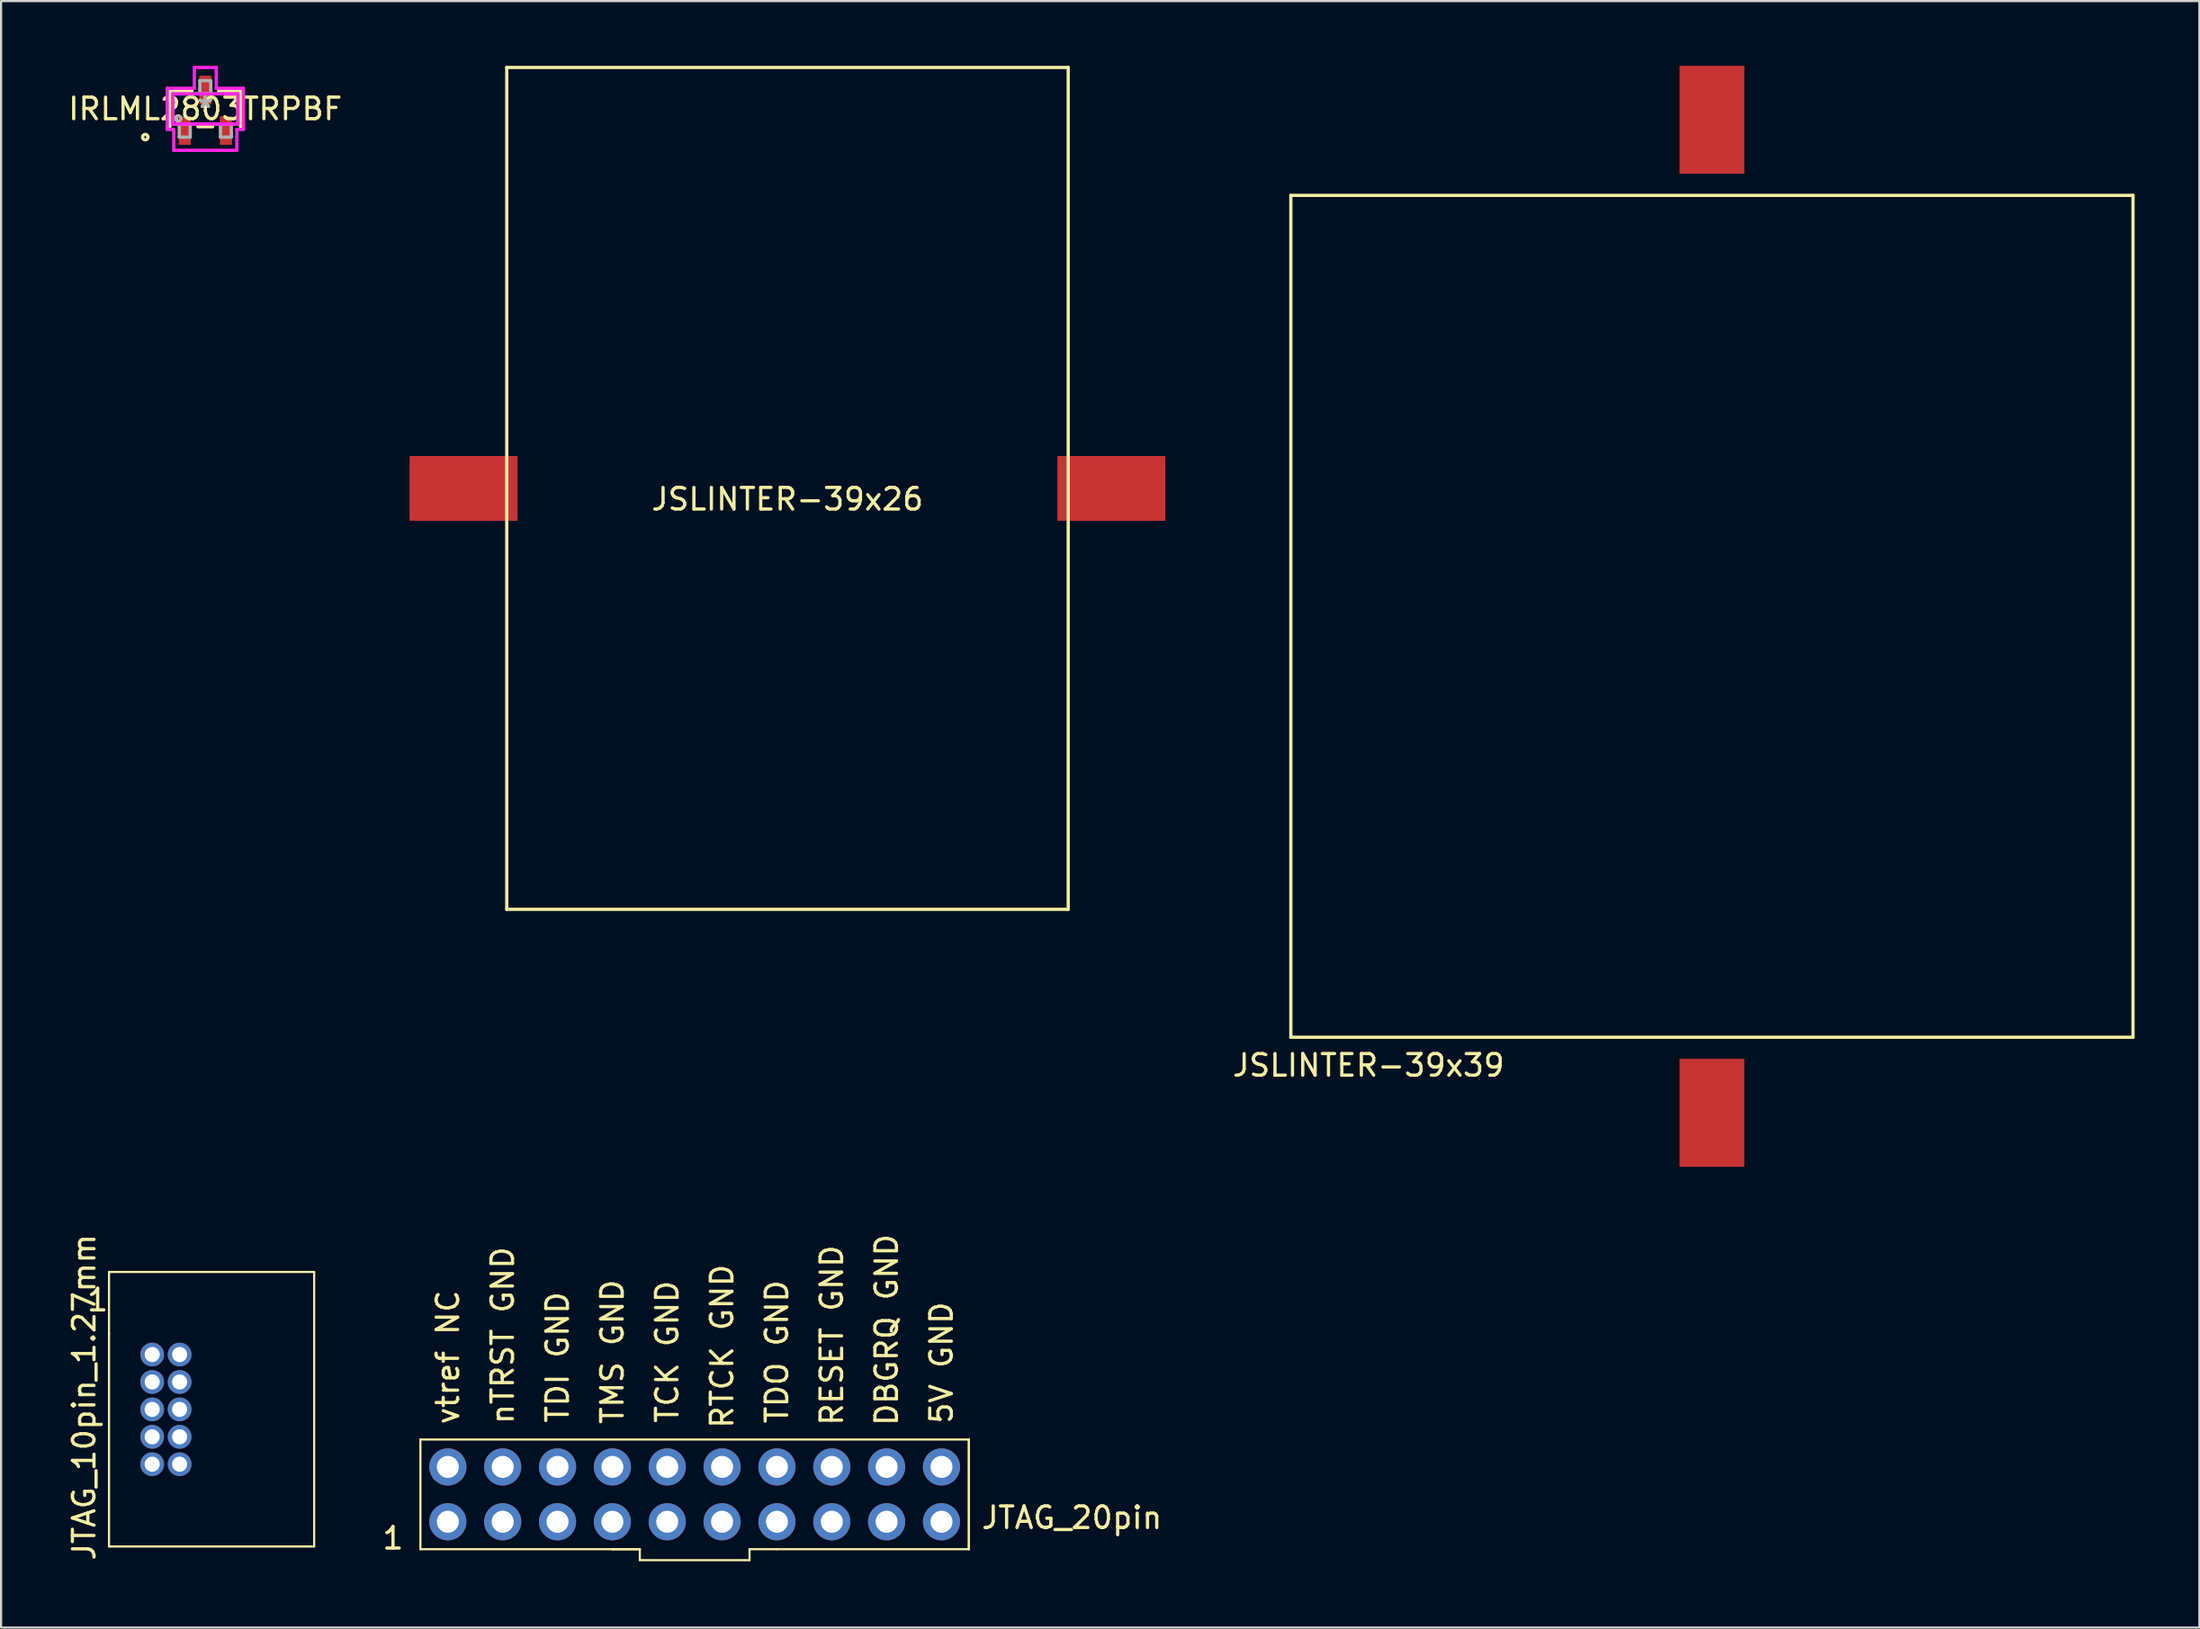
<source format=kicad_pcb>
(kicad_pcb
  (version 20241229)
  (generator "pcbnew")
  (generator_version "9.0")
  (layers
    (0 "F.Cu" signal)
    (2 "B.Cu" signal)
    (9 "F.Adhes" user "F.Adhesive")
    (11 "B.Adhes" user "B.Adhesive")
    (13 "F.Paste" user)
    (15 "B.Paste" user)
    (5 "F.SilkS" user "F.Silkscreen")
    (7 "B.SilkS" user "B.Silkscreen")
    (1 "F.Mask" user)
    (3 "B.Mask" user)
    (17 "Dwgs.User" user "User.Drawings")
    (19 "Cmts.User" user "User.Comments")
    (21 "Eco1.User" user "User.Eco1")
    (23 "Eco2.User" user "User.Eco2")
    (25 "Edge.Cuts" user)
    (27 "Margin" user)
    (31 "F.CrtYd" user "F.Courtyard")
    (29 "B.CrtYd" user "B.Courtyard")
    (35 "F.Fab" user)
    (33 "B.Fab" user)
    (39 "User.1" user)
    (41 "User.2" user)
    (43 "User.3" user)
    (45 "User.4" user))
  (footprint "IRLML2803TRPBF"
    (layer "F.Cu")
    (at 6.458 1.994)
    (property "Reference" "IRLML2803TRPBF" (at 0 0 0) (layer "F.SilkS") (effects (font (size 1 1) (thickness 0.15))))
    (attr through_hole)
    (fp_line (start -1.638 -0.826) (end -1.638 0.826) (stroke (width 0.152) (type solid)) (layer "F.SilkS"))
    (fp_line (start -0.612 -0.826) (end -1.638 -0.826) (stroke (width 0.152) (type solid)) (layer "F.SilkS"))
    (fp_line (start -0.34 0.826) (end 0.34 0.826) (stroke (width 0.152) (type solid)) (layer "F.SilkS"))
    (fp_line (start 1.638 -0.826) (end 0.612 -0.826) (stroke (width 0.152) (type solid)) (layer "F.SilkS"))
    (fp_line (start 1.638 0.826) (end 1.638 -0.826) (stroke (width 0.152) (type solid)) (layer "F.SilkS"))
    (fp_circle (center -2.781 1.308) (end -2.654 1.308) (stroke (width 0.152) (type solid)) (fill no) (layer "F.SilkS"))
    (fp_line (start -1.765 -0.953) (end -0.508 -0.953) (stroke (width 0.152) (type solid)) (layer "F.CrtYd"))
    (fp_line (start -1.765 0.953) (end -1.765 -0.953) (stroke (width 0.152) (type solid)) (layer "F.CrtYd"))
    (fp_line (start -1.511 -0.699) (end 1.511 -0.699) (stroke (width 0.152) (type solid)) (layer "F.CrtYd"))
    (fp_line (start -1.511 0.699) (end -1.511 -0.699) (stroke (width 0.152) (type solid)) (layer "F.CrtYd"))
    (fp_line (start -1.46 0.953) (end -1.765 0.953) (stroke (width 0.152) (type solid)) (layer "F.CrtYd"))
    (fp_line (start -1.46 1.918) (end -1.46 0.953) (stroke (width 0.152) (type solid)) (layer "F.CrtYd"))
    (fp_line (start -0.508 -1.918) (end 0.508 -1.918) (stroke (width 0.152) (type solid)) (layer "F.CrtYd"))
    (fp_line (start -0.508 -0.953) (end -0.508 -1.918) (stroke (width 0.152) (type solid)) (layer "F.CrtYd"))
    (fp_line (start 0.508 -1.918) (end 0.508 -0.953) (stroke (width 0.152) (type solid)) (layer "F.CrtYd"))
    (fp_line (start 0.508 -0.953) (end 1.765 -0.953) (stroke (width 0.152) (type solid)) (layer "F.CrtYd"))
    (fp_line (start 1.46 0.953) (end 1.46 1.918) (stroke (width 0.152) (type solid)) (layer "F.CrtYd"))
    (fp_line (start 1.46 1.918) (end -1.46 1.918) (stroke (width 0.152) (type solid)) (layer "F.CrtYd"))
    (fp_line (start 1.511 -0.699) (end 1.511 0.699) (stroke (width 0.152) (type solid)) (layer "F.CrtYd"))
    (fp_line (start 1.511 0.699) (end -1.511 0.699) (stroke (width 0.152) (type solid)) (layer "F.CrtYd"))
    (fp_line (start 1.765 -0.953) (end 1.765 0.953) (stroke (width 0.152) (type solid)) (layer "F.CrtYd"))
    (fp_line (start 1.765 0.953) (end 1.46 0.953) (stroke (width 0.152) (type solid)) (layer "F.CrtYd"))
    (fp_line (start -1.511 -0.699) (end -1.511 0.699) (stroke (width 0.152) (type solid)) (layer "F.Fab"))
    (fp_line (start -1.511 0.699) (end 1.511 0.699) (stroke (width 0.152) (type solid)) (layer "F.Fab"))
    (fp_line (start -1.206 0.699) (end -1.206 1.308) (stroke (width 0.152) (type solid)) (layer "F.Fab"))
    (fp_line (start -1.206 1.308) (end -0.699 1.308) (stroke (width 0.152) (type solid)) (layer "F.Fab"))
    (fp_line (start -0.699 0.699) (end -1.206 0.699) (stroke (width 0.152) (type solid)) (layer "F.Fab"))
    (fp_line (start -0.699 1.308) (end -0.699 0.699) (stroke (width 0.152) (type solid)) (layer "F.Fab"))
    (fp_line (start -0.254 -1.308) (end -0.254 -0.699) (stroke (width 0.152) (type solid)) (layer "F.Fab"))
    (fp_line (start -0.254 -0.699) (end 0.254 -0.699) (stroke (width 0.152) (type solid)) (layer "F.Fab"))
    (fp_line (start 0.254 -1.308) (end -0.254 -1.308) (stroke (width 0.152) (type solid)) (layer "F.Fab"))
    (fp_line (start 0.254 -0.699) (end 0.254 -1.308) (stroke (width 0.152) (type solid)) (layer "F.Fab"))
    (fp_line (start 0.699 0.699) (end 0.699 1.308) (stroke (width 0.152) (type solid)) (layer "F.Fab"))
    (fp_line (start 0.699 1.308) (end 1.206 1.308) (stroke (width 0.152) (type solid)) (layer "F.Fab"))
    (fp_line (start 1.206 0.699) (end 0.699 0.699) (stroke (width 0.152) (type solid)) (layer "F.Fab"))
    (fp_line (start 1.206 1.308) (end 1.206 0.699) (stroke (width 0.152) (type solid)) (layer "F.Fab"))
    (fp_line (start 1.511 -0.699) (end -1.511 -0.699) (stroke (width 0.152) (type solid)) (layer "F.Fab"))
    (fp_line (start 1.511 0.699) (end 1.511 -0.699) (stroke (width 0.152) (type solid)) (layer "F.Fab"))
    (fp_circle (center -1.257 0.445) (end -1.13 0.445) (stroke (width 0.152) (type solid)) (fill no) (layer "F.Fab"))
    (fp_text user "*" (at 0 0 0) (layer "F.SilkS") (effects (font (size 1 1) (thickness 0.15))))
    (fp_text user "Copyright 2016 Accelerated Designs. All rights reserved." (at 0 0 0) (layer "Cmts.User") (effects (font (size 0.127 0.127) (thickness 0.002))))
    (fp_text user "*" (at 0 0 0) (layer "F.Fab") (effects (font (size 1 1) (thickness 0.15))))
    (pad "1" smd rect (at -0.953 1.003) (size 0.559 1.321) (layers "F.Cu" "F.Mask" "F.Paste"))
    (pad "2" smd rect (at 0.953 1.003) (size 0.559 1.321) (layers "F.Cu" "F.Mask" "F.Paste"))
    (pad "3" smd rect (at 0 -0.876) (size 0.559 1.321) (layers "F.Cu" "F.Mask" "F.Paste")))
  (footprint "JSLINTER-39x26"
    (layer "F.Cu")
    (at 33.417 19.575)
    (property "Reference" "JSLINTER-39x26" (at 0 0.5 0) (layer "F.SilkS") (effects (font (size 1 1) (thickness 0.15))))
    (attr through_hole)
    (fp_line (start -13 -19.5) (end -13 19.5) (stroke (width 0.15) (type solid)) (layer "F.SilkS"))
    (fp_line (start -13 -19.5) (end 13 -19.5) (stroke (width 0.15) (type solid)) (layer "F.SilkS"))
    (fp_line (start -13 19.5) (end 13 19.5) (stroke (width 0.15) (type solid)) (layer "F.SilkS"))
    (fp_line (start 13 -19.5) (end 13 19.5) (stroke (width 0.15) (type solid)) (layer "F.SilkS"))
    (pad "1" smd rect (at -15 0) (size 5 3) (layers "F.Cu" "F.Mask"))
    (pad "2" smd rect (at 15 0) (size 5 3) (layers "F.Cu" "F.Mask")))
  (footprint "JTAG_20pin"
    (layer "F.Cu")
    (at 17.689 67.444)
    (property "Reference" "JTAG_20pin" (at 28.9 -0.19 0) (layer "F.SilkS") (effects (font (size 1 1) (thickness 0.15))))
    (attr through_hole)
    (fp_line (start -1.27 -3.81) (end 24.13 -3.81) (stroke (width 0.1) (type solid)) (layer "F.SilkS"))
    (fp_line (start -1.27 1.27) (end -1.27 -3.81) (stroke (width 0.1) (type solid)) (layer "F.SilkS"))
    (fp_line (start -1.27 1.27) (end 7.62 1.27) (stroke (width 0.1) (type solid)) (layer "F.SilkS"))
    (fp_line (start 7.62 1.27) (end 8.89 1.27) (stroke (width 0.1) (type solid)) (layer "F.SilkS"))
    (fp_line (start 8.89 1.27) (end 7.62 1.27) (stroke (width 0.1) (type solid)) (layer "F.SilkS"))
    (fp_line (start 8.89 1.27) (end 8.89 1.778) (stroke (width 0.1) (type solid)) (layer "F.SilkS"))
    (fp_line (start 8.89 1.778) (end 13.716 1.778) (stroke (width 0.1) (type solid)) (layer "F.SilkS"))
    (fp_line (start 13.716 1.778) (end 13.97 1.778) (stroke (width 0.1) (type solid)) (layer "F.SilkS"))
    (fp_line (start 13.97 1.27) (end 13.97 1.778) (stroke (width 0.1) (type solid)) (layer "F.SilkS"))
    (fp_line (start 13.97 1.27) (end 15.24 1.27) (stroke (width 0.1) (type solid)) (layer "F.SilkS"))
    (fp_line (start 24.13 -3.81) (end 24.13 1.27) (stroke (width 0.1) (type solid)) (layer "F.SilkS"))
    (fp_line (start 24.13 1.27) (end 15.24 1.27) (stroke (width 0.1) (type solid)) (layer "F.SilkS"))
    (fp_line (start 24.13 1.27) (end 24.13 -3.81) (stroke (width 0.1) (type solid)) (layer "F.SilkS"))
    (fp_text user "nTRST GND" (at 2.54 -8.636 90) (layer "F.SilkS") (effects (font (size 1 1) (thickness 0.15))))
    (fp_text user "TMS GND" (at 7.62 -7.874 90) (layer "F.SilkS") (effects (font (size 1 1) (thickness 0.15))))
    (fp_text user "TDO GND" (at 15.24 -7.874 90) (layer "F.SilkS") (effects (font (size 1 1) (thickness 0.15))))
    (fp_text user "DBGRQ GND" (at 20.32 -8.89 90) (layer "F.SilkS") (effects (font (size 1 1) (thickness 0.15))))
    (fp_text user "TCK GND" (at 10.16 -7.874 90) (layer "F.SilkS") (effects (font (size 1 1) (thickness 0.15))))
    (fp_text user "RESET GND" (at 17.78 -8.636 90) (layer "F.SilkS") (effects (font (size 1 1) (thickness 0.15))))
    (fp_text user "RTCK GND" (at 12.7 -8.128 90) (layer "F.SilkS") (effects (font (size 1 1) (thickness 0.15))))
    (fp_text user "vtref NC" (at 0 -7.62 90) (layer "F.SilkS") (effects (font (size 1 1) (thickness 0.15))))
    (fp_text user "TDI GND" (at 5.08 -7.62 90) (layer "F.SilkS") (effects (font (size 1 1) (thickness 0.15))))
    (fp_text user "5V GND" (at 22.86 -7.366 90) (layer "F.SilkS") (effects (font (size 1 1) (thickness 0.15))))
    (fp_text user "1" (at -2.54 0.762 0) (layer "F.SilkS") (effects (font (size 1 1) (thickness 0.15))))
    (pad "1" thru_hole circle (at 0 0) (size 1.72 1.72) (drill 1.02) (layers "*.Cu" "*.Mask"))
    (pad "2" thru_hole circle (at 0 -2.54) (size 1.72 1.72) (drill 1.02) (layers "*.Cu" "*.Mask"))
    (pad "3" thru_hole circle (at 2.54 0) (size 1.72 1.72) (drill 1.02) (layers "*.Cu" "*.Mask"))
    (pad "4" thru_hole circle (at 2.54 -2.54) (size 1.72 1.72) (drill 1.02) (layers "*.Cu" "*.Mask"))
    (pad "5" thru_hole circle (at 5.08 0) (size 1.72 1.72) (drill 1.02) (layers "*.Cu" "*.Mask"))
    (pad "6" thru_hole circle (at 5.08 -2.54) (size 1.72 1.72) (drill 1.02) (layers "*.Cu" "*.Mask"))
    (pad "7" thru_hole circle (at 7.62 0) (size 1.72 1.72) (drill 1.02) (layers "*.Cu" "*.Mask"))
    (pad "8" thru_hole circle (at 7.62 -2.54) (size 1.72 1.72) (drill 1.02) (layers "*.Cu" "*.Mask"))
    (pad "9" thru_hole circle (at 10.16 0) (size 1.72 1.72) (drill 1.02) (layers "*.Cu" "*.Mask"))
    (pad "10" thru_hole circle (at 10.16 -2.54) (size 1.72 1.72) (drill 1.02) (layers "*.Cu" "*.Mask"))
    (pad "11" thru_hole circle (at 12.7 0) (size 1.72 1.72) (drill 1.02) (layers "*.Cu" "*.Mask"))
    (pad "12" thru_hole circle (at 12.7 -2.54) (size 1.72 1.72) (drill 1.02) (layers "*.Cu" "*.Mask"))
    (pad "13" thru_hole circle (at 15.24 0) (size 1.72 1.72) (drill 1.02) (layers "*.Cu" "*.Mask"))
    (pad "14" thru_hole circle (at 15.24 -2.54) (size 1.72 1.72) (drill 1.02) (layers "*.Cu" "*.Mask"))
    (pad "15" thru_hole circle (at 17.78 0) (size 1.72 1.72) (drill 1.02) (layers "*.Cu" "*.Mask"))
    (pad "16" thru_hole circle (at 17.78 -2.54) (size 1.72 1.72) (drill 1.02) (layers "*.Cu" "*.Mask"))
    (pad "17" thru_hole circle (at 20.32 0) (size 1.72 1.72) (drill 1.02) (layers "*.Cu" "*.Mask"))
    (pad "18" thru_hole circle (at 20.32 -2.54) (size 1.72 1.72) (drill 1.02) (layers "*.Cu" "*.Mask"))
    (pad "19" thru_hole circle (at 22.86 0) (size 1.72 1.72) (drill 1.02) (layers "*.Cu" "*.Mask"))
    (pad "20" thru_hole circle (at 22.86 -2.54) (size 1.72 1.72) (drill 1.02) (layers "*.Cu" "*.Mask")))
  (footprint "JTAG_10pin_1.27mm"
    (layer "F.Cu")
    (at 3.998 59.698)
    (property "Reference" "JTAG_10pin_1.27mm" (at -3.15 1.975 90) (layer "F.SilkS") (effects (font (size 1 1) (thickness 0.15))))
    (attr through_hole)
    (fp_line (start -2 -3.825) (end -2 -0.95) (stroke (width 0.1) (type solid)) (layer "F.SilkS"))
    (fp_line (start -2 -1) (end -2 8.89) (stroke (width 0.1) (type solid)) (layer "F.SilkS"))
    (fp_line (start -2 8.89) (end 7.5 8.89) (stroke (width 0.1) (type solid)) (layer "F.SilkS"))
    (fp_line (start 7.5 -3.825) (end -2 -3.825) (stroke (width 0.1) (type solid)) (layer "F.SilkS"))
    (fp_line (start 7.5 -3.825) (end 7.5 8.89) (stroke (width 0.1) (type solid)) (layer "F.SilkS"))
    (fp_text user "1" (at -2.525 -2.525 0) (layer "F.SilkS") (effects (font (size 1 1) (thickness 0.15))))
    (pad "1" thru_hole circle (at 0 0) (size 1.1 1.1) (drill 0.7) (layers "*.Cu" "*.Mask"))
    (pad "2" thru_hole circle (at 1.27 0) (size 1.1 1.1) (drill 0.7) (layers "*.Cu" "*.Mask"))
    (pad "3" thru_hole circle (at 0 1.27) (size 1.1 1.1) (drill 0.7) (layers "*.Cu" "*.Mask"))
    (pad "4" thru_hole circle (at 1.27 1.27) (size 1.1 1.1) (drill 0.7) (layers "*.Cu" "*.Mask"))
    (pad "5" thru_hole circle (at 0 2.54) (size 1.1 1.1) (drill 0.7) (layers "*.Cu" "*.Mask"))
    (pad "6" thru_hole circle (at 1.27 2.54) (size 1.1 1.1) (drill 0.7) (layers "*.Cu" "*.Mask"))
    (pad "7" thru_hole circle (at 0 3.81) (size 1.1 1.1) (drill 0.7) (layers "*.Cu" "*.Mask"))
    (pad "8" thru_hole circle (at 1.27 3.81) (size 1.1 1.1) (drill 0.7) (layers "*.Cu" "*.Mask"))
    (pad "9" thru_hole circle (at 0 5.08) (size 1.1 1.1) (drill 0.7) (layers "*.Cu" "*.Mask"))
    (pad "10" thru_hole circle (at 1.27 5.08) (size 1.1 1.1) (drill 0.7) (layers "*.Cu" "*.Mask")))
  (footprint "JSLINTER-39x39"
    (layer "F.Cu")
    (at 76.227 25.5)
    (property "Reference" "JSLINTER-39x39" (at -15.9 20.8 0) (layer "F.SilkS") (effects (font (size 1 1) (thickness 0.15))))
    (attr through_hole)
    (fp_line (start -19.5 -19.5) (end 19.5 -19.5) (stroke (width 0.15) (type solid)) (layer "F.SilkS"))
    (fp_line (start -19.5 19.5) (end -19.5 -19.5) (stroke (width 0.15) (type solid)) (layer "F.SilkS"))
    (fp_line (start 19.5 -19.5) (end 19.5 19.5) (stroke (width 0.15) (type solid)) (layer "F.SilkS"))
    (fp_line (start 19.5 19.5) (end -19.5 19.5) (stroke (width 0.15) (type solid)) (layer "F.SilkS"))
    (pad "1" smd rect (at 0 -23) (size 3 5) (layers "F.Cu" "F.Mask"))
    (pad "2" smd rect (at 0 23) (size 3 5) (layers "F.Cu" "F.Mask")))
  (gr_rect
    (start -3 -3)
    (end 98.802 72.345)
    (stroke (width 0.1) (type default))
    (fill no)
    (layer "Edge.Cuts")))
</source>
